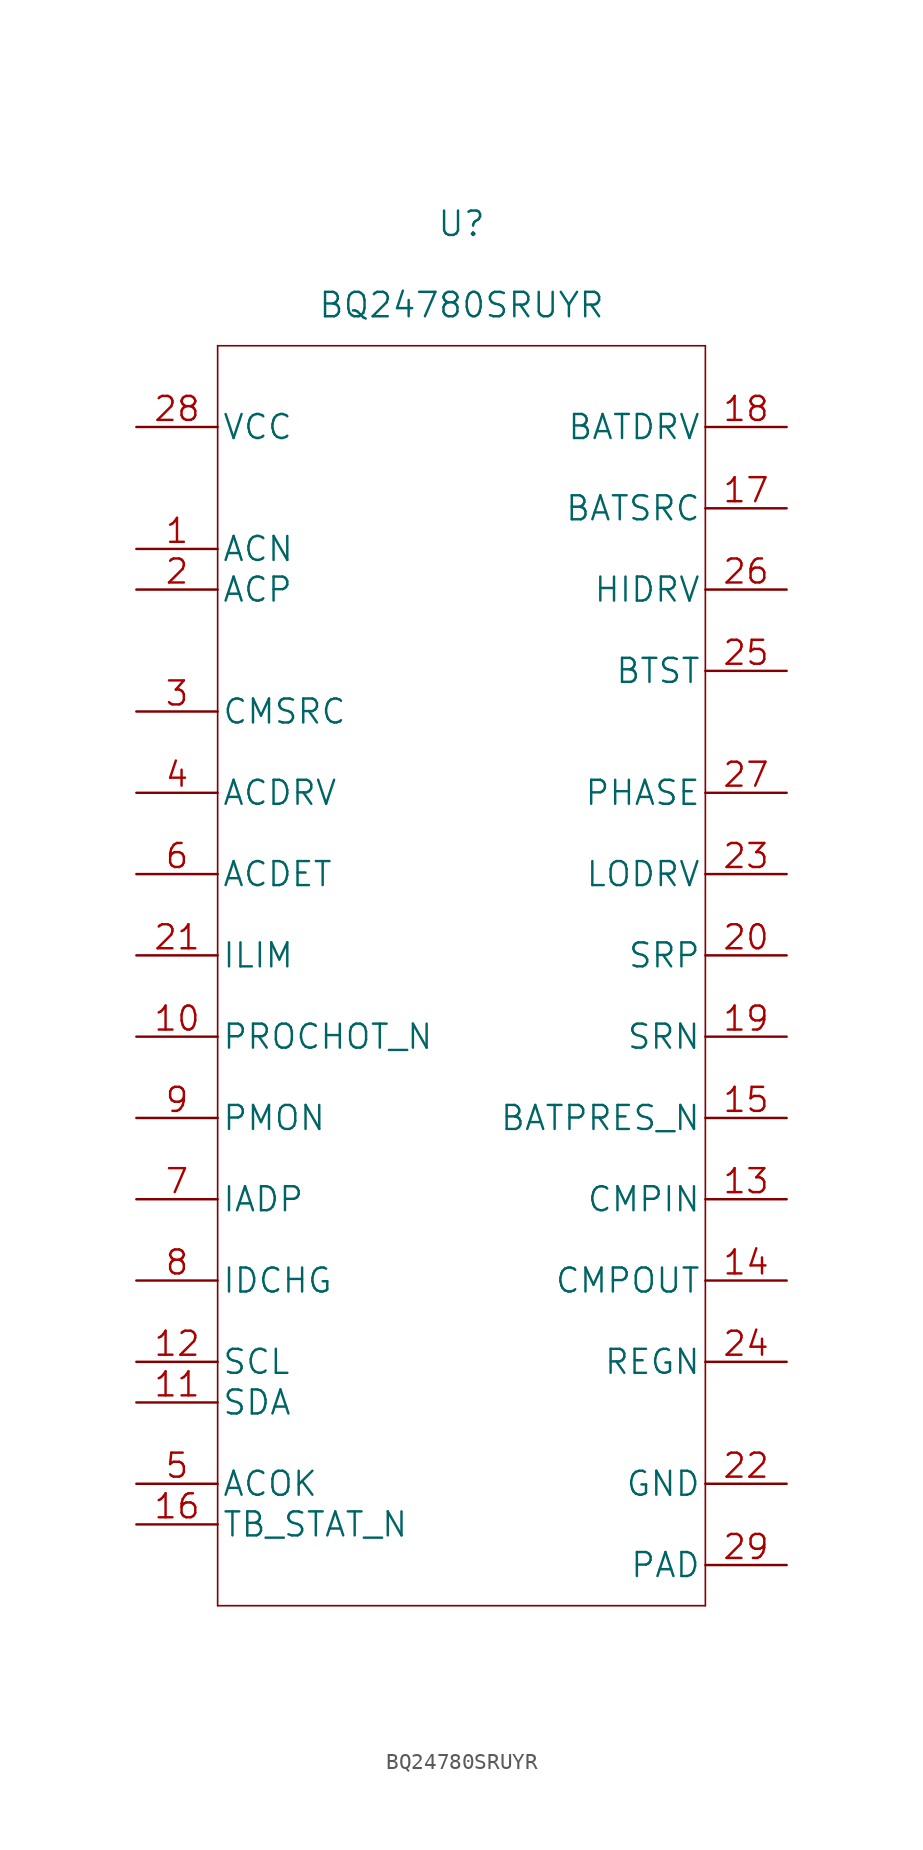
<source format=kicad_sym>
(kicad_symbol_lib
  (version 20220914)
  (generator kicad_symbol_editor)
  (symbol "BQ24780SRUYR"
    (pin_names
      (offset 0.254))
    (property "Reference" "U"
      (at 0 45.72 0)
      (effects (font (size 1.524 1.524))))
    (property "Value" "BQ24780SRUYR"
      (at 0 40.64 0)
      (effects (font (size 1.524 1.524))))
    (symbol "BQ24780SRUYR_1_1"
      (polyline (pts (xy -15.24 -40.64) (xy 15.24 -40.64)) (stroke (width 0.102) (type solid)) (fill (type none)))
      (polyline (pts (xy -15.24 38.1) (xy -15.24 -40.64)) (stroke (width 0.102) (type solid)) (fill (type none)))
      (polyline (pts (xy 15.24 -40.64) (xy 15.24 38.1)) (stroke (width 0.102) (type solid)) (fill (type none)))
      (polyline (pts (xy 15.24 38.1) (xy -15.24 38.1)) (stroke (width 0.102) (type solid)) (fill (type none)))
      (pin input line (at -20.32 25.4 0) (length 5.08) (name "ACN" (effects (font (size 1.499 1.499)))) (number "1" (effects (font (size 1.499 1.499)))))
      (pin output line (at -20.32 -5.08 0) (length 5.08) (name "PROCHOT_N" (effects (font (size 1.499 1.499)))) (number "10" (effects (font (size 1.499 1.499)))))
      (pin bidirectional line (at -20.32 -27.94 0) (length 5.08) (name "SDA" (effects (font (size 1.499 1.499)))) (number "11" (effects (font (size 1.499 1.499)))))
      (pin bidirectional line (at -20.32 -25.4 0) (length 5.08) (name "SCL" (effects (font (size 1.499 1.499)))) (number "12" (effects (font (size 1.499 1.499)))))
      (pin input line (at 20.32 -15.24 180) (length 5.08) (name "CMPIN" (effects (font (size 1.499 1.499)))) (number "13" (effects (font (size 1.499 1.499)))))
      (pin output line (at 20.32 -20.32 180) (length 5.08) (name "CMPOUT" (effects (font (size 1.499 1.499)))) (number "14" (effects (font (size 1.499 1.499)))))
      (pin input line (at 20.32 -10.16 180) (length 5.08) (name "BATPRES_N" (effects (font (size 1.499 1.499)))) (number "15" (effects (font (size 1.499 1.499)))))
      (pin input line (at -20.32 -35.56 0) (length 5.08) (name "TB_STAT_N" (effects (font (size 1.499 1.499)))) (number "16" (effects (font (size 1.499 1.499)))))
      (pin output line (at 20.32 27.94 180) (length 5.08) (name "BATSRC" (effects (font (size 1.499 1.499)))) (number "17" (effects (font (size 1.499 1.499)))))
      (pin input line (at 20.32 33.02 180) (length 5.08) (name "BATDRV" (effects (font (size 1.499 1.499)))) (number "18" (effects (font (size 1.499 1.499)))))
      (pin input line (at 20.32 -5.08 180) (length 5.08) (name "SRN" (effects (font (size 1.499 1.499)))) (number "19" (effects (font (size 1.499 1.499)))))
      (pin input line (at -20.32 22.86 0) (length 5.08) (name "ACP" (effects (font (size 1.499 1.499)))) (number "2" (effects (font (size 1.499 1.499)))))
      (pin input line (at 20.32 0 180) (length 5.08) (name "SRP" (effects (font (size 1.499 1.499)))) (number "20" (effects (font (size 1.499 1.499)))))
      (pin input line (at -20.32 0 0) (length 5.08) (name "ILIM" (effects (font (size 1.499 1.499)))) (number "21" (effects (font (size 1.499 1.499)))))
      (pin power_in line (at 20.32 -33.02 180) (length 5.08) (name "GND" (effects (font (size 1.499 1.499)))) (number "22" (effects (font (size 1.499 1.499)))))
      (pin output line (at 20.32 5.08 180) (length 5.08) (name "LODRV" (effects (font (size 1.499 1.499)))) (number "23" (effects (font (size 1.499 1.499)))))
      (pin power_in line (at 20.32 -25.4 180) (length 5.08) (name "REGN" (effects (font (size 1.499 1.499)))) (number "24" (effects (font (size 1.499 1.499)))))
      (pin power_in line (at 20.32 17.78 180) (length 5.08) (name "BTST" (effects (font (size 1.499 1.499)))) (number "25" (effects (font (size 1.499 1.499)))))
      (pin power_in line (at 20.32 22.86 180) (length 5.08) (name "HIDRV" (effects (font (size 1.499 1.499)))) (number "26" (effects (font (size 1.499 1.499)))))
      (pin power_in line (at 20.32 10.16 180) (length 5.08) (name "PHASE" (effects (font (size 1.499 1.499)))) (number "27" (effects (font (size 1.499 1.499)))))
      (pin power_in line (at -20.32 33.02 0) (length 5.08) (name "VCC" (effects (font (size 1.499 1.499)))) (number "28" (effects (font (size 1.499 1.499)))))
      (pin power_in line (at 20.32 -38.1 180) (length 5.08) (name "PAD" (effects (font (size 1.499 1.499)))) (number "29" (effects (font (size 1.499 1.499)))))
      (pin input line (at -20.32 15.24 0) (length 5.08) (name "CMSRC" (effects (font (size 1.499 1.499)))) (number "3" (effects (font (size 1.499 1.499)))))
      (pin output line (at -20.32 10.16 0) (length 5.08) (name "ACDRV" (effects (font (size 1.499 1.499)))) (number "4" (effects (font (size 1.499 1.499)))))
      (pin output line (at -20.32 -33.02 0) (length 5.08) (name "ACOK" (effects (font (size 1.499 1.499)))) (number "5" (effects (font (size 1.499 1.499)))))
      (pin input line (at -20.32 5.08 0) (length 5.08) (name "ACDET" (effects (font (size 1.499 1.499)))) (number "6" (effects (font (size 1.499 1.499)))))
      (pin output line (at -20.32 -15.24 0) (length 5.08) (name "IADP" (effects (font (size 1.499 1.499)))) (number "7" (effects (font (size 1.499 1.499)))))
      (pin output line (at -20.32 -20.32 0) (length 5.08) (name "IDCHG" (effects (font (size 1.499 1.499)))) (number "8" (effects (font (size 1.499 1.499)))))
      (pin output line (at -20.32 -10.16 0) (length 5.08) (name "PMON" (effects (font (size 1.499 1.499)))) (number "9" (effects (font (size 1.499 1.499))))))))
</source>
